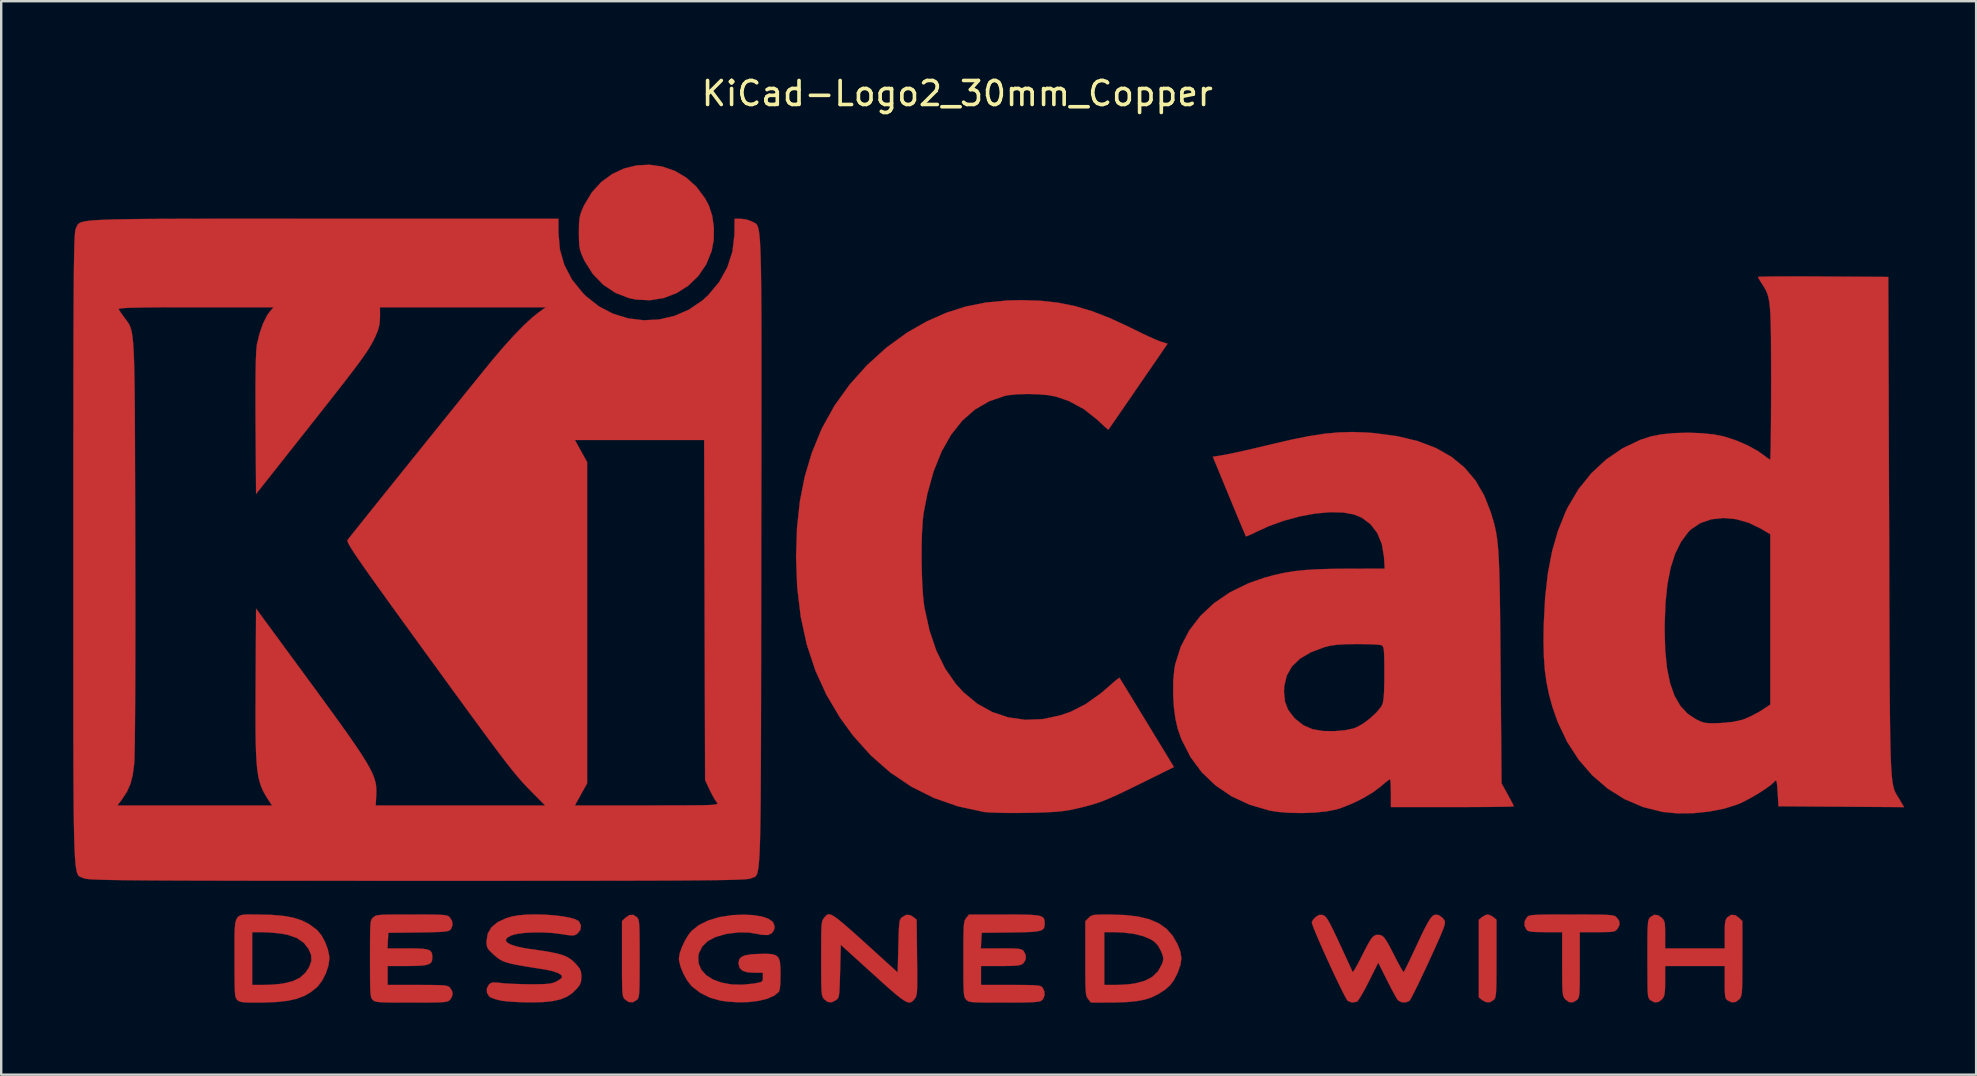
<source format=kicad_pcb>
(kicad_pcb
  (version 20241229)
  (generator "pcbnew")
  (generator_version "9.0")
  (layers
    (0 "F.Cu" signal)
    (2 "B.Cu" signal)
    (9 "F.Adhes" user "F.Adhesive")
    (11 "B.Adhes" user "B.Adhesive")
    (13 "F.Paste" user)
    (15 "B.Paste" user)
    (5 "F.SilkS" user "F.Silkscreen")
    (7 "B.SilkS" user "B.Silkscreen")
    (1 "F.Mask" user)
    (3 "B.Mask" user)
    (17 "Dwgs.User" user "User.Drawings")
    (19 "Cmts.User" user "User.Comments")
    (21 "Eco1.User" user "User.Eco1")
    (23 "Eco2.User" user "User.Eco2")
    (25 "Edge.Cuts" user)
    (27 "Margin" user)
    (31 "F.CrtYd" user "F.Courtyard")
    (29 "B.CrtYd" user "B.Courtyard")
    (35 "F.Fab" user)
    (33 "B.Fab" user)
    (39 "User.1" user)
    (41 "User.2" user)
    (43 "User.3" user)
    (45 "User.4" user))
  (footprint "KiCad-Logo2_30mm_Copper"
    (layer "F.Cu")
    (at 38.106 18.628)
    (property "Reference" "KiCad-Logo2_30mm_Copper" (at -1.27 -17.78 0) (layer "F.SilkS") (effects (font (size 1 1) (thickness 0.15))))
    (attr exclude_from_pos_files exclude_from_bom)
    (fp_poly (pts (xy 20.943 16.459) (xy 21.062 16.533) (xy 21.195 16.641) (xy 21.195 18.249) (xy 21.194 18.719) (xy 21.193 19.09) (xy 21.189 19.374) (xy 21.182 19.584) (xy 21.171 19.734) (xy 21.155 19.836) (xy 21.134 19.905) (xy 21.107 19.952) (xy 21.087 19.975) (xy 20.93 20.078) (xy 20.751 20.074) (xy 20.594 19.986) (xy 20.461 19.878) (xy 20.461 16.641) (xy 20.594 16.533) (xy 20.723 16.455) (xy 20.828 16.425) (xy 20.943 16.459)) (stroke (width 0.01) (type solid)) (fill yes) (layer "F.Cu"))
    (fp_poly (pts (xy -14.619 16.538) (xy -14.586 16.576) (xy -14.56 16.625) (xy -14.541 16.698) (xy -14.527 16.808) (xy -14.517 16.968) (xy -14.511 17.192) (xy -14.508 17.492) (xy -14.506 17.881) (xy -14.506 18.26) (xy -14.507 18.729) (xy -14.508 19.098) (xy -14.512 19.381) (xy -14.519 19.59) (xy -14.529 19.739) (xy -14.544 19.84) (xy -14.565 19.907) (xy -14.593 19.952) (xy -14.619 19.981) (xy -14.784 20.08) (xy -14.96 20.071) (xy -15.117 19.964) (xy -15.153 19.922) (xy -15.182 19.873) (xy -15.203 19.804) (xy -15.218 19.702) (xy -15.229 19.553) (xy -15.235 19.343) (xy -15.239 19.059) (xy -15.24 18.688) (xy -15.24 18.268) (xy -15.24 16.702) (xy -15.101 16.564) (xy -14.931 16.447) (xy -14.765 16.443) (xy -14.619 16.538)) (stroke (width 0.01) (type solid)) (fill yes) (layer "F.Cu"))
    (fp_poly (pts (xy -13.557 -14.738) (xy -13.044 -14.56) (xy -12.567 -14.28) (xy -12.141 -13.898) (xy -11.781 -13.415) (xy -11.619 -13.11) (xy -11.48 -12.683) (xy -11.412 -12.191) (xy -11.419 -11.684) (xy -11.503 -11.226) (xy -11.73 -10.665) (xy -12.061 -10.179) (xy -12.477 -9.777) (xy -12.961 -9.468) (xy -13.499 -9.262) (xy -14.071 -9.168) (xy -14.662 -9.197) (xy -14.953 -9.259) (xy -15.521 -9.48) (xy -16.025 -9.817) (xy -16.454 -10.26) (xy -16.795 -10.798) (xy -16.823 -10.856) (xy -16.923 -11.077) (xy -16.986 -11.263) (xy -17.02 -11.459) (xy -17.033 -11.71) (xy -17.036 -11.983) (xy -17.032 -12.311) (xy -17.015 -12.549) (xy -16.976 -12.741) (xy -16.906 -12.933) (xy -16.82 -13.122) (xy -16.498 -13.66) (xy -16.103 -14.095) (xy -15.648 -14.428) (xy -15.151 -14.659) (xy -14.626 -14.787) (xy -14.09 -14.814) (xy -13.557 -14.738)) (stroke (width 0.01) (type solid)) (fill yes) (layer "F.Cu"))
    (fp_poly (pts (xy 24.815 16.426) (xy 25.209 16.428) (xy 25.514 16.432) (xy 25.744 16.438) (xy 25.911 16.448) (xy 26.026 16.463) (xy 26.103 16.481) (xy 26.154 16.506) (xy 26.179 16.524) (xy 26.307 16.687) (xy 26.323 16.856) (xy 26.244 17.009) (xy 26.192 17.07) (xy 26.136 17.112) (xy 26.055 17.138) (xy 25.928 17.152) (xy 25.734 17.158) (xy 25.451 17.159) (xy 25.396 17.159) (xy 24.666 17.159) (xy 24.666 18.514) (xy 24.666 18.941) (xy 24.664 19.269) (xy 24.659 19.514) (xy 24.65 19.689) (xy 24.636 19.809) (xy 24.616 19.888) (xy 24.588 19.941) (xy 24.553 19.981) (xy 24.389 20.081) (xy 24.217 20.073) (xy 24.061 19.96) (xy 24.049 19.945) (xy 24.012 19.892) (xy 23.984 19.83) (xy 23.963 19.744) (xy 23.949 19.619) (xy 23.94 19.439) (xy 23.935 19.19) (xy 23.933 18.857) (xy 23.932 18.478) (xy 23.932 17.159) (xy 23.236 17.159) (xy 22.937 17.157) (xy 22.73 17.149) (xy 22.594 17.133) (xy 22.508 17.105) (xy 22.452 17.063) (xy 22.445 17.056) (xy 22.364 16.89) (xy 22.371 16.702) (xy 22.465 16.538) (xy 22.501 16.506) (xy 22.548 16.481) (xy 22.618 16.462) (xy 22.723 16.448) (xy 22.877 16.438) (xy 23.091 16.431) (xy 23.378 16.427) (xy 23.751 16.426) (xy 24.221 16.425) (xy 24.321 16.425) (xy 24.815 16.426)) (stroke (width 0.01) (type solid)) (fill yes) (layer "F.Cu"))
    (fp_poly (pts (xy 31.144 16.453) (xy 31.301 16.564) (xy 31.44 16.702) (xy 31.44 18.25) (xy 31.439 18.709) (xy 31.437 19.069) (xy 31.433 19.344) (xy 31.426 19.547) (xy 31.415 19.692) (xy 31.398 19.792) (xy 31.376 19.862) (xy 31.346 19.914) (xy 31.323 19.945) (xy 31.169 20.068) (xy 30.992 20.082) (xy 30.831 20.006) (xy 30.778 19.962) (xy 30.742 19.903) (xy 30.721 19.808) (xy 30.71 19.655) (xy 30.706 19.423) (xy 30.706 19.244) (xy 30.706 18.57) (xy 28.222 18.57) (xy 28.222 19.183) (xy 28.22 19.464) (xy 28.209 19.657) (xy 28.188 19.787) (xy 28.15 19.879) (xy 28.105 19.945) (xy 27.951 20.068) (xy 27.776 20.083) (xy 27.609 19.995) (xy 27.563 19.95) (xy 27.531 19.889) (xy 27.509 19.795) (xy 27.497 19.648) (xy 27.49 19.43) (xy 27.487 19.121) (xy 27.487 19.05) (xy 27.484 18.468) (xy 27.483 17.989) (xy 27.484 17.601) (xy 27.486 17.294) (xy 27.491 17.058) (xy 27.5 16.883) (xy 27.511 16.756) (xy 27.527 16.669) (xy 27.548 16.61) (xy 27.573 16.569) (xy 27.601 16.538) (xy 27.761 16.439) (xy 27.927 16.453) (xy 28.084 16.564) (xy 28.147 16.636) (xy 28.188 16.715) (xy 28.21 16.828) (xy 28.22 17) (xy 28.222 17.259) (xy 28.222 17.269) (xy 28.222 17.836) (xy 30.706 17.836) (xy 30.706 17.244) (xy 30.708 16.971) (xy 30.718 16.786) (xy 30.74 16.667) (xy 30.777 16.587) (xy 30.819 16.538) (xy 30.978 16.439) (xy 31.144 16.453)) (stroke (width 0.01) (type solid)) (fill yes) (layer "F.Cu"))
    (fp_poly (pts (xy 5.092 16.426) (xy 5.736 16.448) (xy 6.285 16.514) (xy 6.746 16.629) (xy 7.129 16.795) (xy 7.443 17.018) (xy 7.696 17.301) (xy 7.898 17.648) (xy 7.902 17.657) (xy 8.023 17.967) (xy 8.066 18.243) (xy 8.031 18.519) (xy 7.918 18.835) (xy 7.897 18.883) (xy 7.751 19.165) (xy 7.587 19.382) (xy 7.375 19.567) (xy 7.086 19.751) (xy 7.069 19.76) (xy 6.818 19.881) (xy 6.533 19.971) (xy 6.198 20.034) (xy 5.793 20.073) (xy 5.3 20.09) (xy 5.126 20.091) (xy 4.298 20.094) (xy 4.181 19.945) (xy 4.146 19.897) (xy 4.119 19.839) (xy 4.099 19.76) (xy 4.084 19.646) (xy 4.074 19.482) (xy 4.071 19.36) (xy 4.854 19.36) (xy 5.324 19.36) (xy 5.598 19.352) (xy 5.88 19.331) (xy 6.112 19.301) (xy 6.126 19.299) (xy 6.537 19.189) (xy 6.856 19.023) (xy 7.092 18.794) (xy 7.257 18.495) (xy 7.286 18.415) (xy 7.314 18.292) (xy 7.301 18.17) (xy 7.242 18.007) (xy 7.207 17.927) (xy 7.09 17.715) (xy 6.949 17.566) (xy 6.795 17.463) (xy 6.485 17.328) (xy 6.088 17.23) (xy 5.626 17.174) (xy 5.292 17.161) (xy 4.854 17.159) (xy 4.854 19.36) (xy 4.071 19.36) (xy 4.068 19.255) (xy 4.065 18.952) (xy 4.064 18.558) (xy 4.064 18.25) (xy 4.064 16.702) (xy 4.203 16.564) (xy 4.264 16.508) (xy 4.331 16.469) (xy 4.423 16.445) (xy 4.564 16.432) (xy 4.774 16.427) (xy 5.074 16.426) (xy 5.092 16.426)) (stroke (width 0.01) (type solid)) (fill yes) (layer "F.Cu"))
    (fp_poly (pts (xy -30.607 16.425) (xy -30.409 16.427) (xy -29.831 16.441) (xy -29.347 16.483) (xy -28.94 16.556) (xy -28.594 16.666) (xy -28.292 16.817) (xy -28.019 17.013) (xy -27.921 17.098) (xy -27.759 17.297) (xy -27.613 17.567) (xy -27.5 17.867) (xy -27.438 18.154) (xy -27.432 18.26) (xy -27.472 18.554) (xy -27.579 18.875) (xy -27.735 19.179) (xy -27.919 19.422) (xy -27.949 19.451) (xy -28.203 19.657) (xy -28.481 19.817) (xy -28.798 19.937) (xy -29.172 20.02) (xy -29.619 20.07) (xy -30.153 20.092) (xy -30.398 20.094) (xy -30.709 20.093) (xy -30.928 20.086) (xy -31.075 20.073) (xy -31.17 20.049) (xy -31.235 20.013) (xy -31.27 19.981) (xy -31.303 19.943) (xy -31.329 19.895) (xy -31.349 19.822) (xy -31.363 19.712) (xy -31.372 19.551) (xy -31.378 19.328) (xy -31.382 19.028) (xy -31.383 18.638) (xy -31.383 18.26) (xy -31.384 17.755) (xy -31.384 17.352) (xy -31.379 17.159) (xy -30.649 17.159) (xy -30.649 19.36) (xy -30.184 19.36) (xy -29.903 19.352) (xy -29.61 19.331) (xy -29.365 19.302) (xy -29.358 19.301) (xy -28.962 19.205) (xy -28.655 19.056) (xy -28.422 18.844) (xy -28.273 18.615) (xy -28.182 18.36) (xy -28.189 18.121) (xy -28.295 17.865) (xy -28.502 17.599) (xy -28.79 17.403) (xy -29.164 17.272) (xy -29.414 17.225) (xy -29.697 17.193) (xy -29.998 17.169) (xy -30.253 17.159) (xy -30.268 17.159) (xy -30.649 17.159) (xy -31.379 17.159) (xy -31.376 17.039) (xy -31.355 16.805) (xy -31.314 16.639) (xy -31.248 16.529) (xy -31.15 16.464) (xy -31.014 16.432) (xy -30.835 16.423) (xy -30.607 16.425)) (stroke (width 0.01) (type solid)) (fill yes) (layer "F.Cu"))
    (fp_poly (pts (xy -6.501 16.447) (xy -6.383 16.516) (xy -6.229 16.629) (xy -6.03 16.792) (xy -5.78 17.009) (xy -5.469 17.285) (xy -5.09 17.627) (xy -4.657 18.02) (xy -3.754 18.839) (xy -3.725 17.74) (xy -3.715 17.362) (xy -3.705 17.08) (xy -3.694 16.879) (xy -3.678 16.741) (xy -3.656 16.652) (xy -3.626 16.594) (xy -3.585 16.551) (xy -3.564 16.533) (xy -3.391 16.438) (xy -3.227 16.452) (xy -3.097 16.533) (xy -2.963 16.641) (xy -2.947 18.216) (xy -2.942 18.679) (xy -2.94 19.043) (xy -2.941 19.321) (xy -2.945 19.527) (xy -2.954 19.674) (xy -2.969 19.776) (xy -2.99 19.847) (xy -3.018 19.9) (xy -3.05 19.942) (xy -3.117 20.021) (xy -3.184 20.073) (xy -3.261 20.093) (xy -3.355 20.075) (xy -3.477 20.014) (xy -3.636 19.904) (xy -3.842 19.74) (xy -4.103 19.515) (xy -4.429 19.224) (xy -4.798 18.89) (xy -6.124 17.687) (xy -6.152 18.783) (xy -6.163 19.161) (xy -6.173 19.442) (xy -6.184 19.643) (xy -6.2 19.779) (xy -6.222 19.869) (xy -6.252 19.926) (xy -6.293 19.969) (xy -6.314 19.986) (xy -6.499 20.082) (xy -6.674 20.067) (xy -6.826 19.945) (xy -6.86 19.896) (xy -6.888 19.839) (xy -6.908 19.76) (xy -6.923 19.645) (xy -6.932 19.48) (xy -6.938 19.253) (xy -6.941 18.948) (xy -6.943 18.552) (xy -6.943 18.26) (xy -6.942 17.802) (xy -6.941 17.443) (xy -6.937 17.17) (xy -6.929 16.969) (xy -6.918 16.825) (xy -6.901 16.725) (xy -6.878 16.656) (xy -6.848 16.604) (xy -6.826 16.574) (xy -6.769 16.503) (xy -6.717 16.45) (xy -6.659 16.419) (xy -6.59 16.417) (xy -6.501 16.447)) (stroke (width 0.01) (type solid)) (fill yes) (layer "F.Cu"))
    (fp_poly (pts (xy -9.75 16.453) (xy -9.408 16.51) (xy -9.145 16.6) (xy -8.974 16.717) (xy -8.927 16.785) (xy -8.879 16.941) (xy -8.911 17.082) (xy -9.012 17.216) (xy -9.169 17.279) (xy -9.396 17.273) (xy -9.572 17.24) (xy -9.962 17.175) (xy -10.361 17.169) (xy -10.808 17.221) (xy -10.931 17.243) (xy -11.346 17.361) (xy -11.671 17.535) (xy -11.902 17.763) (xy -12.036 18.042) (xy -12.063 18.187) (xy -12.045 18.48) (xy -11.929 18.739) (xy -11.724 18.96) (xy -11.442 19.136) (xy -11.094 19.264) (xy -10.689 19.338) (xy -10.239 19.352) (xy -9.755 19.303) (xy -9.727 19.298) (xy -9.534 19.262) (xy -9.427 19.228) (xy -9.381 19.176) (xy -9.37 19.09) (xy -9.37 19.044) (xy -9.37 18.852) (xy -9.712 18.852) (xy -10.014 18.832) (xy -10.221 18.766) (xy -10.341 18.649) (xy -10.384 18.475) (xy -10.385 18.452) (xy -10.359 18.303) (xy -10.272 18.197) (xy -10.11 18.127) (xy -9.859 18.086) (xy -9.616 18.071) (xy -9.262 18.062) (xy -9.006 18.075) (xy -8.831 18.124) (xy -8.722 18.222) (xy -8.664 18.382) (xy -8.64 18.619) (xy -8.636 18.93) (xy -8.643 19.278) (xy -8.664 19.514) (xy -8.7 19.64) (xy -8.707 19.65) (xy -8.901 19.808) (xy -9.186 19.932) (xy -9.544 20.022) (xy -9.957 20.073) (xy -10.406 20.083) (xy -10.873 20.05) (xy -11.148 20.01) (xy -11.579 19.888) (xy -11.979 19.688) (xy -12.315 19.429) (xy -12.366 19.378) (xy -12.532 19.16) (xy -12.681 18.891) (xy -12.797 18.608) (xy -12.861 18.351) (xy -12.869 18.253) (xy -12.836 18.047) (xy -12.748 17.791) (xy -12.621 17.522) (xy -12.474 17.276) (xy -12.344 17.112) (xy -12.039 16.867) (xy -11.645 16.673) (xy -11.176 16.532) (xy -10.646 16.451) (xy -10.16 16.431) (xy -9.75 16.453)) (stroke (width 0.01) (type solid)) (fill yes) (layer "F.Cu"))
    (fp_poly (pts (xy 1.152 16.426) (xy 1.534 16.431) (xy 1.826 16.442) (xy 2.041 16.461) (xy 2.191 16.491) (xy 2.287 16.535) (xy 2.341 16.596) (xy 2.365 16.675) (xy 2.371 16.775) (xy 2.371 16.787) (xy 2.366 16.9) (xy 2.342 16.988) (xy 2.287 17.053) (xy 2.187 17.1) (xy 2.029 17.131) (xy 1.801 17.151) (xy 1.49 17.163) (xy 1.081 17.17) (xy 0.956 17.172) (xy -0.254 17.187) (xy -0.271 17.512) (xy -0.288 17.836) (xy 0.553 17.836) (xy 0.881 17.838) (xy 1.116 17.843) (xy 1.275 17.854) (xy 1.379 17.874) (xy 1.445 17.904) (xy 1.494 17.947) (xy 1.494 17.947) (xy 1.582 18.116) (xy 1.579 18.297) (xy 1.487 18.452) (xy 1.468 18.468) (xy 1.404 18.509) (xy 1.315 18.538) (xy 1.183 18.556) (xy 0.987 18.566) (xy 0.708 18.57) (xy 0.53 18.57) (xy -0.282 18.57) (xy -0.282 19.36) (xy 0.951 19.36) (xy 1.358 19.361) (xy 1.667 19.364) (xy 1.893 19.37) (xy 2.051 19.381) (xy 2.156 19.398) (xy 2.223 19.421) (xy 2.266 19.452) (xy 2.277 19.464) (xy 2.358 19.621) (xy 2.364 19.801) (xy 2.298 19.956) (xy 2.245 20.006) (xy 2.191 20.034) (xy 2.106 20.055) (xy 1.978 20.071) (xy 1.794 20.082) (xy 1.539 20.089) (xy 1.2 20.093) (xy 0.765 20.094) (xy 0.667 20.094) (xy 0.225 20.094) (xy -0.119 20.092) (xy -0.377 20.088) (xy -0.564 20.081) (xy -0.694 20.069) (xy -0.78 20.051) (xy -0.837 20.026) (xy -0.878 19.994) (xy -0.901 19.971) (xy -0.935 19.929) (xy -0.961 19.878) (xy -0.981 19.804) (xy -0.996 19.693) (xy -1.006 19.532) (xy -1.012 19.307) (xy -1.015 19.006) (xy -1.016 18.615) (xy -1.016 18.285) (xy -1.016 17.823) (xy -1.014 17.461) (xy -1.01 17.184) (xy -1.003 16.979) (xy -0.992 16.832) (xy -0.975 16.731) (xy -0.953 16.66) (xy -0.924 16.607) (xy -0.899 16.574) (xy -0.782 16.425) (xy 0.669 16.425) (xy 1.152 16.426)) (stroke (width 0.01) (type solid)) (fill yes) (layer "F.Cu"))
    (fp_poly (pts (xy -23.564 16.426) (xy -23.217 16.428) (xy -22.955 16.432) (xy -22.764 16.44) (xy -22.631 16.452) (xy -22.541 16.47) (xy -22.48 16.494) (xy -22.435 16.526) (xy -22.419 16.54) (xy -22.32 16.696) (xy -22.302 16.874) (xy -22.367 17.033) (xy -22.398 17.065) (xy -22.446 17.096) (xy -22.525 17.12) (xy -22.647 17.138) (xy -22.828 17.151) (xy -23.083 17.16) (xy -23.425 17.168) (xy -23.738 17.172) (xy -24.977 17.187) (xy -24.994 17.512) (xy -25.011 17.836) (xy -24.17 17.836) (xy -23.805 17.84) (xy -23.538 17.853) (xy -23.353 17.882) (xy -23.236 17.932) (xy -23.172 18.008) (xy -23.146 18.117) (xy -23.142 18.219) (xy -23.155 18.343) (xy -23.201 18.435) (xy -23.297 18.498) (xy -23.456 18.539) (xy -23.692 18.561) (xy -24.02 18.569) (xy -24.199 18.57) (xy -25.005 18.57) (xy -25.005 19.36) (xy -23.763 19.36) (xy -23.356 19.361) (xy -23.047 19.364) (xy -22.82 19.369) (xy -22.66 19.38) (xy -22.553 19.396) (xy -22.482 19.419) (xy -22.433 19.45) (xy -22.408 19.473) (xy -22.323 19.608) (xy -22.296 19.727) (xy -22.335 19.873) (xy -22.408 19.981) (xy -22.448 20.015) (xy -22.498 20.042) (xy -22.574 20.061) (xy -22.689 20.076) (xy -22.856 20.085) (xy -23.088 20.09) (xy -23.401 20.093) (xy -23.807 20.094) (xy -24.017 20.094) (xy -24.468 20.094) (xy -24.82 20.092) (xy -25.086 20.088) (xy -25.28 20.08) (xy -25.415 20.068) (xy -25.506 20.051) (xy -25.566 20.028) (xy -25.609 19.997) (xy -25.626 19.981) (xy -25.659 19.943) (xy -25.685 19.894) (xy -25.704 19.821) (xy -25.718 19.711) (xy -25.728 19.55) (xy -25.734 19.326) (xy -25.737 19.024) (xy -25.738 18.634) (xy -25.739 18.27) (xy -25.738 17.804) (xy -25.737 17.437) (xy -25.734 17.157) (xy -25.728 16.951) (xy -25.718 16.804) (xy -25.703 16.705) (xy -25.681 16.639) (xy -25.653 16.594) (xy -25.617 16.556) (xy -25.608 16.548) (xy -25.565 16.511) (xy -25.514 16.482) (xy -25.443 16.461) (xy -25.337 16.445) (xy -25.182 16.435) (xy -24.964 16.429) (xy -24.669 16.426) (xy -24.284 16.425) (xy -24.01 16.425) (xy -23.564 16.426)) (stroke (width 0.01) (type solid)) (fill yes) (layer "F.Cu"))
    (fp_poly (pts (xy 18.723 16.435) (xy 18.821 16.47) (xy 18.825 16.472) (xy 18.958 16.573) (xy 19.031 16.678) (xy 19.046 16.727) (xy 19.045 16.792) (xy 19.025 16.884) (xy 18.981 17.016) (xy 18.908 17.199) (xy 18.803 17.443) (xy 18.661 17.762) (xy 18.477 18.165) (xy 18.376 18.386) (xy 18.193 18.78) (xy 18.022 19.142) (xy 17.868 19.459) (xy 17.738 19.719) (xy 17.64 19.906) (xy 17.578 20.009) (xy 17.566 20.024) (xy 17.411 20.087) (xy 17.236 20.078) (xy 17.095 20.002) (xy 17.089 19.995) (xy 17.033 19.911) (xy 16.94 19.746) (xy 16.819 19.522) (xy 16.684 19.26) (xy 16.636 19.164) (xy 16.27 18.431) (xy 15.871 19.227) (xy 15.729 19.502) (xy 15.597 19.741) (xy 15.486 19.924) (xy 15.407 20.035) (xy 15.38 20.059) (xy 15.171 20.091) (xy 14.999 20.024) (xy 14.949 19.952) (xy 14.861 19.793) (xy 14.744 19.563) (xy 14.604 19.276) (xy 14.448 18.949) (xy 14.284 18.598) (xy 14.119 18.236) (xy 13.959 17.882) (xy 13.813 17.549) (xy 13.687 17.254) (xy 13.588 17.012) (xy 13.524 16.84) (xy 13.501 16.751) (xy 13.501 16.748) (xy 13.557 16.637) (xy 13.667 16.524) (xy 13.674 16.519) (xy 13.809 16.442) (xy 13.935 16.443) (xy 13.982 16.457) (xy 14.039 16.489) (xy 14.1 16.55) (xy 14.172 16.655) (xy 14.262 16.815) (xy 14.377 17.043) (xy 14.525 17.353) (xy 14.659 17.639) (xy 14.812 17.971) (xy 14.95 18.269) (xy 15.065 18.519) (xy 15.149 18.703) (xy 15.196 18.808) (xy 15.203 18.824) (xy 15.233 18.797) (xy 15.304 18.686) (xy 15.405 18.505) (xy 15.528 18.271) (xy 15.576 18.175) (xy 15.741 17.85) (xy 15.868 17.613) (xy 15.968 17.451) (xy 16.051 17.35) (xy 16.128 17.295) (xy 16.208 17.274) (xy 16.261 17.272) (xy 16.353 17.28) (xy 16.435 17.314) (xy 16.515 17.388) (xy 16.606 17.515) (xy 16.719 17.71) (xy 16.863 17.987) (xy 16.943 18.145) (xy 17.073 18.395) (xy 17.186 18.604) (xy 17.272 18.751) (xy 17.322 18.821) (xy 17.329 18.824) (xy 17.361 18.769) (xy 17.434 18.626) (xy 17.539 18.411) (xy 17.669 18.138) (xy 17.818 17.822) (xy 17.891 17.665) (xy 18.081 17.26) (xy 18.235 16.949) (xy 18.359 16.72) (xy 18.462 16.565) (xy 18.551 16.472) (xy 18.636 16.433) (xy 18.723 16.435)) (stroke (width 0.01) (type solid)) (fill yes) (layer "F.Cu"))
    (fp_poly (pts (xy -18.459 16.432) (xy -18.084 16.458) (xy -17.737 16.499) (xy -17.435 16.553) (xy -17.2 16.618) (xy -17.052 16.694) (xy -17.029 16.716) (xy -16.95 16.889) (xy -16.974 17.067) (xy -17.097 17.219) (xy -17.103 17.223) (xy -17.175 17.27) (xy -17.25 17.294) (xy -17.355 17.297) (xy -17.516 17.279) (xy -17.76 17.241) (xy -17.78 17.238) (xy -18.144 17.193) (xy -18.536 17.171) (xy -18.93 17.171) (xy -19.297 17.191) (xy -19.61 17.232) (xy -19.842 17.293) (xy -19.857 17.299) (xy -20.025 17.393) (xy -20.084 17.488) (xy -20.038 17.582) (xy -19.89 17.672) (xy -19.645 17.754) (xy -19.305 17.827) (xy -19.078 17.862) (xy -18.607 17.929) (xy -18.233 17.991) (xy -17.939 18.052) (xy -17.709 18.118) (xy -17.528 18.195) (xy -17.379 18.286) (xy -17.247 18.399) (xy -17.141 18.51) (xy -17.015 18.664) (xy -16.953 18.797) (xy -16.934 18.96) (xy -16.933 19.02) (xy -16.948 19.219) (xy -17.006 19.366) (xy -17.107 19.497) (xy -17.311 19.698) (xy -17.539 19.851) (xy -17.808 19.961) (xy -18.133 20.034) (xy -18.534 20.074) (xy -19.025 20.086) (xy -19.106 20.086) (xy -19.434 20.079) (xy -19.759 20.064) (xy -20.046 20.042) (xy -20.26 20.016) (xy -20.277 20.013) (xy -20.489 19.962) (xy -20.669 19.899) (xy -20.771 19.841) (xy -20.866 19.688) (xy -20.872 19.51) (xy -20.79 19.351) (xy -20.772 19.333) (xy -20.697 19.279) (xy -20.602 19.256) (xy -20.456 19.26) (xy -20.278 19.281) (xy -20.08 19.299) (xy -19.802 19.314) (xy -19.477 19.325) (xy -19.139 19.331) (xy -19.05 19.331) (xy -18.711 19.33) (xy -18.462 19.323) (xy -18.283 19.309) (xy -18.151 19.285) (xy -18.045 19.249) (xy -17.981 19.219) (xy -17.84 19.136) (xy -17.75 19.061) (xy -17.737 19.039) (xy -17.765 18.951) (xy -17.896 18.866) (xy -18.122 18.787) (xy -18.434 18.719) (xy -18.526 18.704) (xy -19.005 18.629) (xy -19.388 18.566) (xy -19.689 18.511) (xy -19.922 18.459) (xy -20.103 18.405) (xy -20.246 18.346) (xy -20.366 18.276) (xy -20.478 18.191) (xy -20.597 18.087) (xy -20.637 18.05) (xy -20.777 17.913) (xy -20.851 17.805) (xy -20.88 17.681) (xy -20.884 17.525) (xy -20.833 17.219) (xy -20.679 16.958) (xy -20.423 16.745) (xy -20.066 16.579) (xy -19.812 16.505) (xy -19.535 16.457) (xy -19.204 16.43) (xy -18.839 16.422) (xy -18.459 16.432)) (stroke (width 0.01) (type solid)) (fill yes) (layer "F.Cu"))
    (fp_poly (pts (xy 2.188 -9.148) (xy 2.924 -9.067) (xy 3.638 -8.923) (xy 4.357 -8.708) (xy 5.111 -8.414) (xy 5.93 -8.033) (xy 6.078 -7.959) (xy 6.416 -7.793) (xy 6.735 -7.643) (xy 7.003 -7.524) (xy 7.189 -7.45) (xy 7.218 -7.44) (xy 7.492 -7.358) (xy 6.265 -5.574) (xy 5.966 -5.138) (xy 5.691 -4.739) (xy 5.452 -4.392) (xy 5.257 -4.11) (xy 5.116 -3.905) (xy 5.038 -3.793) (xy 5.026 -3.775) (xy 4.974 -3.812) (xy 4.847 -3.924) (xy 4.668 -4.091) (xy 4.569 -4.185) (xy 4.007 -4.631) (xy 3.377 -4.97) (xy 2.834 -5.156) (xy 2.508 -5.215) (xy 2.099 -5.25) (xy 1.657 -5.262) (xy 1.228 -5.25) (xy 0.861 -5.213) (xy 0.715 -5.185) (xy 0.055 -4.958) (xy -0.539 -4.612) (xy -1.068 -4.146) (xy -1.53 -3.563) (xy -1.927 -2.861) (xy -2.256 -2.043) (xy -2.517 -1.108) (xy -2.673 -0.307) (xy -2.713 0.046) (xy -2.741 0.503) (xy -2.756 1.029) (xy -2.759 1.594) (xy -2.749 2.163) (xy -2.728 2.703) (xy -2.695 3.184) (xy -2.65 3.57) (xy -2.641 3.629) (xy -2.429 4.59) (xy -2.141 5.439) (xy -1.775 6.183) (xy -1.328 6.823) (xy -1.011 7.169) (xy -0.441 7.64) (xy 0.184 7.988) (xy 0.853 8.213) (xy 1.557 8.312) (xy 2.284 8.285) (xy 3.023 8.128) (xy 3.461 7.974) (xy 4.066 7.666) (xy 4.69 7.225) (xy 5.04 6.926) (xy 5.236 6.753) (xy 5.39 6.626) (xy 5.478 6.565) (xy 5.489 6.563) (xy 5.528 6.626) (xy 5.629 6.791) (xy 5.784 7.044) (xy 5.985 7.372) (xy 6.221 7.76) (xy 6.485 8.193) (xy 6.633 8.435) (xy 7.756 10.281) (xy 6.353 10.974) (xy 5.846 11.223) (xy 5.435 11.419) (xy 5.095 11.573) (xy 4.802 11.693) (xy 4.529 11.79) (xy 4.252 11.873) (xy 3.946 11.953) (xy 3.653 12.022) (xy 3.392 12.076) (xy 3.12 12.117) (xy 2.808 12.147) (xy 2.429 12.168) (xy 1.957 12.183) (xy 1.639 12.189) (xy 1.185 12.194) (xy 0.749 12.192) (xy 0.361 12.183) (xy 0.049 12.17) (xy -0.157 12.152) (xy -0.169 12.15) (xy -1.242 11.918) (xy -2.249 11.566) (xy -3.19 11.095) (xy -4.066 10.504) (xy -4.875 9.794) (xy -5.617 8.965) (xy -6.154 8.228) (xy -6.726 7.263) (xy -7.189 6.245) (xy -7.544 5.164) (xy -7.794 4.013) (xy -7.941 2.783) (xy -7.987 1.534) (xy -7.949 0.327) (xy -7.83 -0.788) (xy -7.625 -1.828) (xy -7.33 -2.812) (xy -6.943 -3.759) (xy -6.897 -3.857) (xy -6.387 -4.774) (xy -5.761 -5.647) (xy -5.037 -6.457) (xy -4.232 -7.187) (xy -3.364 -7.818) (xy -2.555 -8.281) (xy -1.738 -8.643) (xy -0.919 -8.906) (xy -0.066 -9.076) (xy 0.851 -9.16) (xy 1.4 -9.173) (xy 2.188 -9.148)) (stroke (width 0.01) (type solid)) (fill yes) (layer "F.Cu"))
    (fp_poly (pts (xy 34.027 -10.161) (xy 34.608 -10.159) (xy 34.806 -10.157) (xy 37.52 -10.14) (xy 37.554 0.273) (xy 37.558 1.685) (xy 37.562 2.967) (xy 37.566 4.126) (xy 37.57 5.168) (xy 37.574 6.1) (xy 37.578 6.929) (xy 37.584 7.661) (xy 37.59 8.303) (xy 37.598 8.861) (xy 37.607 9.342) (xy 37.618 9.753) (xy 37.631 10.101) (xy 37.646 10.392) (xy 37.664 10.632) (xy 37.685 10.828) (xy 37.709 10.988) (xy 37.736 11.117) (xy 37.766 11.222) (xy 37.801 11.31) (xy 37.84 11.388) (xy 37.883 11.462) (xy 37.931 11.538) (xy 37.983 11.624) (xy 37.994 11.642) (xy 38.175 11.951) (xy 35.56 11.933) (xy 32.945 11.915) (xy 32.911 11.34) (xy 32.892 11.065) (xy 32.873 10.905) (xy 32.847 10.842) (xy 32.807 10.855) (xy 32.774 10.891) (xy 32.63 11.024) (xy 32.396 11.195) (xy 32.105 11.383) (xy 31.788 11.568) (xy 31.481 11.73) (xy 31.244 11.836) (xy 30.691 12.011) (xy 30.056 12.136) (xy 29.386 12.204) (xy 28.728 12.211) (xy 28.129 12.154) (xy 28.12 12.152) (xy 27.301 11.947) (xy 26.534 11.619) (xy 25.827 11.177) (xy 25.187 10.627) (xy 24.622 9.976) (xy 24.139 9.231) (xy 23.745 8.4) (xy 23.53 7.784) (xy 23.388 7.269) (xy 23.284 6.77) (xy 23.212 6.257) (xy 23.171 5.699) (xy 23.156 5.068) (xy 23.162 4.552) (xy 28.201 4.552) (xy 28.225 5.417) (xy 28.3 6.161) (xy 28.429 6.791) (xy 28.614 7.314) (xy 28.857 7.735) (xy 29.161 8.062) (xy 29.511 8.293) (xy 29.694 8.38) (xy 29.852 8.432) (xy 30.029 8.455) (xy 30.266 8.457) (xy 30.521 8.448) (xy 31.023 8.404) (xy 31.42 8.317) (xy 31.545 8.274) (xy 31.83 8.145) (xy 32.131 7.984) (xy 32.262 7.903) (xy 32.603 7.68) (xy 32.603 0.582) (xy 32.228 0.357) (xy 31.704 0.102) (xy 31.169 -0.048) (xy 30.642 -0.096) (xy 30.143 -0.041) (xy 29.691 0.115) (xy 29.307 0.372) (xy 29.182 0.495) (xy 28.883 0.898) (xy 28.641 1.386) (xy 28.454 1.968) (xy 28.319 2.651) (xy 28.236 3.444) (xy 28.202 4.355) (xy 28.201 4.552) (xy 23.162 4.552) (xy 23.165 4.337) (xy 23.223 3.213) (xy 23.338 2.199) (xy 23.515 1.281) (xy 23.757 0.443) (xy 24.065 -0.329) (xy 24.175 -0.558) (xy 24.619 -1.304) (xy 25.155 -1.967) (xy 25.771 -2.537) (xy 26.454 -3.002) (xy 27.191 -3.352) (xy 27.634 -3.496) (xy 28.068 -3.581) (xy 28.591 -3.632) (xy 29.158 -3.649) (xy 29.725 -3.63) (xy 30.25 -3.577) (xy 30.671 -3.494) (xy 31.172 -3.331) (xy 31.658 -3.122) (xy 32.083 -2.887) (xy 32.309 -2.727) (xy 32.465 -2.609) (xy 32.575 -2.537) (xy 32.599 -2.526) (xy 32.607 -2.592) (xy 32.614 -2.782) (xy 32.621 -3.081) (xy 32.627 -3.476) (xy 32.631 -3.955) (xy 32.635 -4.504) (xy 32.637 -5.108) (xy 32.638 -5.725) (xy 32.637 -6.514) (xy 32.635 -7.179) (xy 32.631 -7.733) (xy 32.622 -8.189) (xy 32.609 -8.559) (xy 32.589 -8.857) (xy 32.562 -9.094) (xy 32.526 -9.283) (xy 32.481 -9.438) (xy 32.426 -9.571) (xy 32.358 -9.695) (xy 32.277 -9.822) (xy 32.267 -9.837) (xy 32.163 -10.002) (xy 32.1 -10.115) (xy 32.091 -10.139) (xy 32.157 -10.146) (xy 32.345 -10.152) (xy 32.641 -10.157) (xy 33.029 -10.16) (xy 33.496 -10.161) (xy 34.027 -10.161)) (stroke (width 0.01) (type solid)) (fill yes) (layer "F.Cu"))
    (fp_poly (pts (xy 15.752 -3.659) (xy 16.091 -3.633) (xy 17.059 -3.505) (xy 17.916 -3.299) (xy 18.666 -3.014) (xy 19.315 -2.647) (xy 19.865 -2.195) (xy 20.321 -1.655) (xy 20.687 -1.024) (xy 20.954 -0.341) (xy 21.022 -0.124) (xy 21.081 0.08) (xy 21.132 0.281) (xy 21.176 0.49) (xy 21.213 0.719) (xy 21.244 0.977) (xy 21.27 1.277) (xy 21.291 1.628) (xy 21.308 2.042) (xy 21.322 2.531) (xy 21.334 3.104) (xy 21.343 3.774) (xy 21.352 4.55) (xy 21.36 5.444) (xy 21.366 6.145) (xy 21.406 10.959) (xy 21.662 11.422) (xy 21.783 11.645) (xy 21.873 11.819) (xy 21.916 11.911) (xy 21.918 11.917) (xy 21.852 11.924) (xy 21.665 11.931) (xy 21.37 11.937) (xy 20.985 11.942) (xy 20.522 11.945) (xy 19.997 11.948) (xy 19.425 11.949) (xy 19.357 11.949) (xy 16.797 11.949) (xy 16.797 11.369) (xy 16.792 11.106) (xy 16.781 10.906) (xy 16.764 10.798) (xy 16.757 10.788) (xy 16.689 10.83) (xy 16.549 10.939) (xy 16.368 11.093) (xy 16.364 11.097) (xy 16.033 11.343) (xy 15.615 11.59) (xy 15.158 11.814) (xy 14.708 11.991) (xy 14.509 12.051) (xy 14.115 12.128) (xy 13.631 12.177) (xy 13.102 12.197) (xy 12.572 12.188) (xy 12.085 12.15) (xy 11.744 12.095) (xy 10.909 11.849) (xy 10.157 11.5) (xy 9.493 11.05) (xy 8.922 10.505) (xy 8.449 9.868) (xy 8.079 9.145) (xy 7.92 8.706) (xy 7.82 8.279) (xy 7.753 7.767) (xy 7.723 7.216) (xy 7.724 7.136) (xy 12.342 7.136) (xy 12.38 7.545) (xy 12.507 7.885) (xy 12.743 8.201) (xy 12.834 8.293) (xy 13.155 8.543) (xy 13.527 8.703) (xy 13.973 8.781) (xy 14.442 8.786) (xy 14.887 8.749) (xy 15.228 8.675) (xy 15.376 8.62) (xy 15.642 8.469) (xy 15.925 8.256) (xy 16.183 8.018) (xy 16.375 7.789) (xy 16.426 7.705) (xy 16.466 7.588) (xy 16.494 7.401) (xy 16.513 7.126) (xy 16.522 6.747) (xy 16.524 6.385) (xy 16.522 5.964) (xy 16.517 5.659) (xy 16.506 5.452) (xy 16.487 5.321) (xy 16.458 5.247) (xy 16.417 5.21) (xy 16.404 5.204) (xy 16.294 5.186) (xy 16.077 5.171) (xy 15.781 5.161) (xy 15.438 5.157) (xy 15.363 5.157) (xy 14.903 5.164) (xy 14.549 5.186) (xy 14.266 5.225) (xy 14.034 5.283) (xy 13.456 5.501) (xy 13.002 5.77) (xy 12.67 6.093) (xy 12.455 6.475) (xy 12.352 6.92) (xy 12.342 7.136) (xy 7.724 7.136) (xy 7.729 6.675) (xy 7.776 6.189) (xy 7.812 5.993) (xy 8.042 5.265) (xy 8.392 4.595) (xy 8.855 3.99) (xy 9.424 3.456) (xy 10.094 2.999) (xy 10.857 2.626) (xy 11.505 2.399) (xy 11.939 2.28) (xy 12.353 2.188) (xy 12.776 2.119) (xy 13.233 2.071) (xy 13.752 2.04) (xy 14.36 2.023) (xy 14.91 2.019) (xy 16.539 2.014) (xy 16.508 1.524) (xy 16.419 0.993) (xy 16.231 0.536) (xy 15.95 0.166) (xy 15.586 -0.108) (xy 15.265 -0.241) (xy 14.806 -0.325) (xy 14.258 -0.337) (xy 13.65 -0.282) (xy 13.004 -0.163) (xy 12.348 0.014) (xy 11.708 0.245) (xy 11.242 0.457) (xy 11.018 0.566) (xy 10.847 0.641) (xy 10.76 0.671) (xy 10.756 0.67) (xy 10.726 0.604) (xy 10.651 0.428) (xy 10.538 0.16) (xy 10.394 -0.185) (xy 10.227 -0.588) (xy 10.057 -0.999) (xy 9.377 -2.647) (xy 9.861 -2.726) (xy 10.07 -2.766) (xy 10.385 -2.833) (xy 10.779 -2.921) (xy 11.224 -3.024) (xy 11.694 -3.135) (xy 11.881 -3.181) (xy 12.69 -3.368) (xy 13.398 -3.509) (xy 14.032 -3.606) (xy 14.618 -3.661) (xy 15.183 -3.678) (xy 15.752 -3.659)) (stroke (width 0.01) (type solid)) (fill yes) (layer "F.Cu"))
    (fp_poly (pts (xy -29.619 -12.564) (xy -28.303 -12.563) (xy -27.691 -12.563) (xy -17.889 -12.563) (xy -17.889 -11.986) (xy -17.828 -11.283) (xy -17.641 -10.634) (xy -17.329 -10.036) (xy -16.889 -9.486) (xy -16.74 -9.337) (xy -16.205 -8.915) (xy -15.614 -8.607) (xy -14.986 -8.414) (xy -14.338 -8.334) (xy -13.688 -8.368) (xy -13.053 -8.516) (xy -12.451 -8.777) (xy -11.899 -9.152) (xy -11.651 -9.377) (xy -11.189 -9.932) (xy -10.851 -10.541) (xy -10.638 -11.198) (xy -10.555 -11.897) (xy -10.554 -11.966) (xy -10.549 -12.563) (xy -10.287 -12.563) (xy -10.054 -12.532) (xy -9.841 -12.455) (xy -9.827 -12.447) (xy -9.779 -12.422) (xy -9.735 -12.403) (xy -9.694 -12.383) (xy -9.658 -12.358) (xy -9.624 -12.321) (xy -9.594 -12.267) (xy -9.567 -12.19) (xy -9.543 -12.085) (xy -9.522 -11.946) (xy -9.504 -11.767) (xy -9.488 -11.543) (xy -9.474 -11.267) (xy -9.463 -10.935) (xy -9.453 -10.541) (xy -9.446 -10.078) (xy -9.44 -9.542) (xy -9.435 -8.927) (xy -9.432 -8.226) (xy -9.431 -7.435) (xy -9.43 -6.548) (xy -9.43 -5.558) (xy -9.431 -4.461) (xy -9.432 -3.251) (xy -9.434 -1.922) (xy -9.436 -0.468) (xy -9.439 1.116) (xy -9.439 1.309) (xy -9.441 2.903) (xy -9.443 4.366) (xy -9.444 5.704) (xy -9.446 6.923) (xy -9.448 8.027) (xy -9.45 9.023) (xy -9.453 9.917) (xy -9.457 10.714) (xy -9.461 11.419) (xy -9.467 12.038) (xy -9.474 12.578) (xy -9.483 13.043) (xy -9.493 13.44) (xy -9.505 13.773) (xy -9.52 14.049) (xy -9.536 14.273) (xy -9.555 14.451) (xy -9.577 14.589) (xy -9.601 14.692) (xy -9.628 14.766) (xy -9.659 14.816) (xy -9.692 14.849) (xy -9.73 14.869) (xy -9.771 14.883) (xy -9.815 14.896) (xy -9.864 14.914) (xy -9.876 14.919) (xy -9.914 14.931) (xy -9.976 14.942) (xy -10.07 14.953) (xy -10.2 14.962) (xy -10.371 14.97) (xy -10.59 14.978) (xy -10.861 14.985) (xy -11.19 14.991) (xy -11.584 14.996) (xy -12.046 15.001) (xy -12.582 15.005) (xy -13.199 15.009) (xy -13.902 15.012) (xy -14.695 15.014) (xy -15.585 15.016) (xy -16.577 15.017) (xy -17.676 15.019) (xy -18.889 15.019) (xy -20.22 15.02) (xy -21.674 15.02) (xy -23.258 15.02) (xy -23.772 15.02) (xy -25.391 15.02) (xy -26.879 15.019) (xy -28.242 15.019) (xy -29.485 15.018) (xy -30.613 15.017) (xy -31.633 15.015) (xy -32.549 15.013) (xy -33.368 15.011) (xy -34.094 15.008) (xy -34.734 15.005) (xy -35.293 15.001) (xy -35.776 14.996) (xy -36.189 14.991) (xy -36.538 14.986) (xy -36.828 14.979) (xy -37.064 14.972) (xy -37.253 14.964) (xy -37.399 14.955) (xy -37.508 14.945) (xy -37.587 14.934) (xy -37.64 14.922) (xy -37.668 14.911) (xy -37.72 14.89) (xy -37.766 14.874) (xy -37.809 14.858) (xy -37.849 14.836) (xy -37.884 14.804) (xy -37.916 14.754) (xy -37.945 14.682) (xy -37.97 14.581) (xy -37.993 14.447) (xy -38.013 14.273) (xy -38.03 14.054) (xy -38.045 13.784) (xy -38.058 13.458) (xy -38.068 13.069) (xy -38.077 12.613) (xy -38.084 12.084) (xy -38.086 11.881) (xy -36.263 11.881) (xy -29.822 11.881) (xy -29.946 11.693) (xy -30.07 11.5) (xy -30.174 11.316) (xy -30.261 11.129) (xy -30.332 10.925) (xy -30.389 10.692) (xy -30.433 10.416) (xy -30.465 10.086) (xy -30.487 9.687) (xy -30.501 9.208) (xy -30.508 8.635) (xy -30.509 7.955) (xy -30.506 7.156) (xy -30.505 6.86) (xy -30.487 3.68) (xy -28.473 6.423) (xy -27.902 7.2) (xy -27.408 7.878) (xy -26.984 8.464) (xy -26.626 8.967) (xy -26.329 9.397) (xy -26.086 9.762) (xy -25.893 10.071) (xy -25.744 10.334) (xy -25.633 10.559) (xy -25.557 10.755) (xy -25.508 10.931) (xy -25.483 11.097) (xy -25.475 11.261) (xy -25.479 11.432) (xy -25.48 11.453) (xy -25.502 11.881) (xy -21.973 11.881) (xy -18.444 11.881) (xy -18.969 11.351) (xy -19.111 11.206) (xy -19.246 11.066) (xy -19.38 10.921) (xy -19.519 10.764) (xy -19.667 10.589) (xy -19.833 10.386) (xy -20.02 10.148) (xy -20.236 9.867) (xy -20.486 9.536) (xy -20.776 9.147) (xy -21.112 8.691) (xy -21.501 8.162) (xy -21.947 7.551) (xy -22.457 6.851) (xy -23.037 6.054) (xy -23.512 5.4) (xy -24.108 4.578) (xy -24.629 3.86) (xy -25.078 3.238) (xy -25.46 2.706) (xy -25.78 2.256) (xy -26.043 1.882) (xy -26.253 1.578) (xy -26.416 1.336) (xy -26.535 1.149) (xy -26.616 1.011) (xy -26.663 0.915) (xy -26.682 0.854) (xy -26.676 0.822) (xy -26.61 0.736) (xy -26.466 0.555) (xy -26.254 0.29) (xy -25.982 -0.05) (xy -25.66 -0.453) (xy -25.294 -0.908) (xy -24.895 -1.405) (xy -24.47 -1.933) (xy -24.029 -2.482) (xy -23.58 -3.039) (xy -23.334 -3.346) (xy -17.204 -3.346) (xy -16.949 -2.885) (xy -16.694 -2.424) (xy -16.694 10.959) (xy -16.949 11.42) (xy -17.204 11.881) (xy -14.19 11.881) (xy -13.471 11.88) (xy -12.877 11.879) (xy -12.396 11.877) (xy -12.018 11.873) (xy -11.731 11.868) (xy -11.524 11.859) (xy -11.385 11.847) (xy -11.304 11.832) (xy -11.267 11.812) (xy -11.265 11.788) (xy -11.286 11.76) (xy -11.286 11.759) (xy -11.373 11.635) (xy -11.487 11.432) (xy -11.587 11.23) (xy -11.778 10.822) (xy -11.798 3.738) (xy -11.817 -3.346) (xy -17.204 -3.346) (xy -23.334 -3.346) (xy -23.132 -3.595) (xy -22.694 -4.14) (xy -22.273 -4.661) (xy -21.88 -5.149) (xy -21.521 -5.592) (xy -21.207 -5.98) (xy -20.946 -6.302) (xy -20.746 -6.548) (xy -20.628 -6.691) (xy -20.172 -7.227) (xy -19.734 -7.71) (xy -19.328 -8.126) (xy -18.97 -8.457) (xy -18.715 -8.66) (xy -18.415 -8.876) (xy -25.325 -8.876) (xy -25.323 -8.471) (xy -25.342 -8.173) (xy -25.415 -7.896) (xy -25.527 -7.634) (xy -25.6 -7.486) (xy -25.679 -7.34) (xy -25.77 -7.185) (xy -25.881 -7.012) (xy -26.019 -6.811) (xy -26.191 -6.572) (xy -26.405 -6.286) (xy -26.667 -5.943) (xy -26.985 -5.533) (xy -27.366 -5.047) (xy -27.817 -4.475) (xy -28.345 -3.806) (xy -28.404 -3.731) (xy -30.487 -1.097) (xy -30.507 -4.014) (xy -30.511 -4.887) (xy -30.51 -5.627) (xy -30.504 -6.235) (xy -30.494 -6.714) (xy -30.478 -7.066) (xy -30.457 -7.294) (xy -30.45 -7.337) (xy -30.339 -7.792) (xy -30.194 -8.203) (xy -30.029 -8.533) (xy -29.929 -8.673) (xy -29.758 -8.876) (xy -33.011 -8.876) (xy -33.787 -8.876) (xy -34.436 -8.874) (xy -34.968 -8.87) (xy -35.391 -8.864) (xy -35.715 -8.856) (xy -35.95 -8.845) (xy -36.106 -8.831) (xy -36.191 -8.815) (xy -36.215 -8.795) (xy -36.213 -8.791) (xy -36.144 -8.687) (xy -36.029 -8.522) (xy -35.969 -8.438) (xy -35.908 -8.355) (xy -35.852 -8.281) (xy -35.803 -8.208) (xy -35.759 -8.129) (xy -35.72 -8.037) (xy -35.686 -7.924) (xy -35.657 -7.784) (xy -35.632 -7.608) (xy -35.61 -7.39) (xy -35.592 -7.122) (xy -35.577 -6.797) (xy -35.565 -6.408) (xy -35.555 -5.947) (xy -35.547 -5.406) (xy -35.541 -4.779) (xy -35.536 -4.058) (xy -35.533 -3.236) (xy -35.53 -2.306) (xy -35.527 -1.26) (xy -35.524 -0.091) (xy -35.521 0.983) (xy -35.519 2.181) (xy -35.517 3.323) (xy -35.517 4.404) (xy -35.518 5.414) (xy -35.52 6.348) (xy -35.524 7.198) (xy -35.528 7.956) (xy -35.533 8.615) (xy -35.539 9.169) (xy -35.546 9.609) (xy -35.554 9.928) (xy -35.563 10.12) (xy -35.564 10.14) (xy -35.625 10.604) (xy -35.719 10.977) (xy -35.863 11.302) (xy -36.071 11.624) (xy -36.097 11.659) (xy -36.263 11.881) (xy -38.086 11.881) (xy -38.089 11.475) (xy -38.094 10.782) (xy -38.097 9.999) (xy -38.099 9.119) (xy -38.1 8.138) (xy -38.1 7.05) (xy -38.101 5.848) (xy -38.1 4.529) (xy -38.1 3.085) (xy -38.1 1.511) (xy -38.1 1.198) (xy -38.1 -0.392) (xy -38.1 -1.852) (xy -38.099 -3.186) (xy -38.098 -4.4) (xy -38.097 -5.5) (xy -38.095 -6.492) (xy -38.094 -7.381) (xy -38.091 -8.172) (xy -38.088 -8.872) (xy -38.085 -9.486) (xy -38.08 -10.019) (xy -38.076 -10.477) (xy -38.07 -10.866) (xy -38.064 -11.191) (xy -38.057 -11.458) (xy -38.049 -11.673) (xy -38.041 -11.841) (xy -38.031 -11.967) (xy -38.021 -12.058) (xy -38.009 -12.119) (xy -37.997 -12.155) (xy -37.996 -12.156) (xy -37.971 -12.211) (xy -37.949 -12.262) (xy -37.926 -12.307) (xy -37.893 -12.347) (xy -37.845 -12.383) (xy -37.775 -12.415) (xy -37.677 -12.443) (xy -37.543 -12.467) (xy -37.368 -12.488) (xy -37.144 -12.505) (xy -36.866 -12.52) (xy -36.526 -12.532) (xy -36.118 -12.541) (xy -35.635 -12.549) (xy -35.072 -12.555) (xy -34.421 -12.559) (xy -33.675 -12.561) (xy -32.829 -12.563) (xy -31.875 -12.564) (xy -30.807 -12.564) (xy -29.619 -12.564)) (stroke (width 0.01) (type solid)) (fill yes) (layer "F.Cu")))
  (gr_rect
    (start -3 -3)
    (end 79.286 41.727)
    (stroke (width 0.1) (type default))
    (fill no)
    (layer "Edge.Cuts")))
</source>
